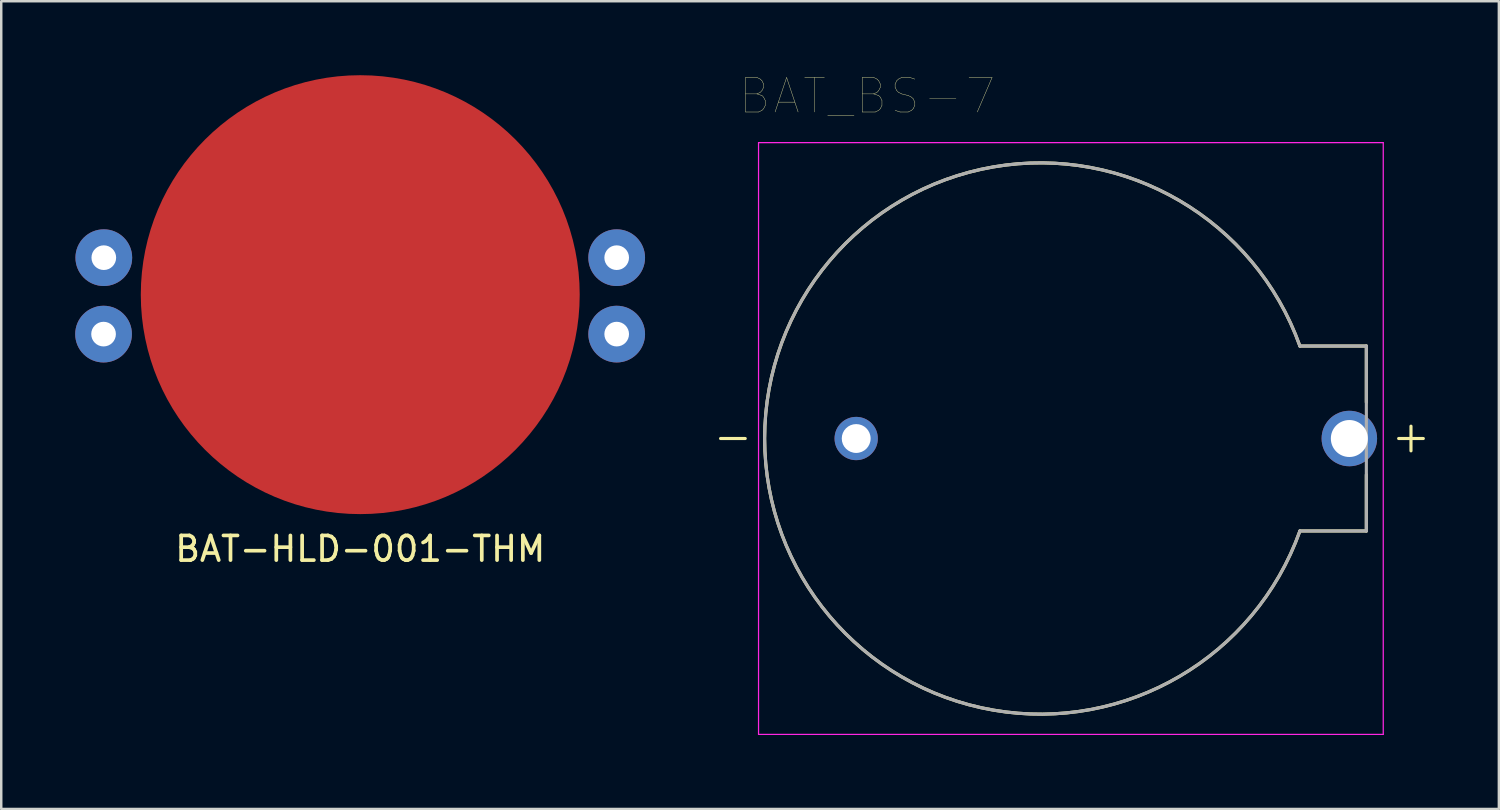
<source format=kicad_pcb>
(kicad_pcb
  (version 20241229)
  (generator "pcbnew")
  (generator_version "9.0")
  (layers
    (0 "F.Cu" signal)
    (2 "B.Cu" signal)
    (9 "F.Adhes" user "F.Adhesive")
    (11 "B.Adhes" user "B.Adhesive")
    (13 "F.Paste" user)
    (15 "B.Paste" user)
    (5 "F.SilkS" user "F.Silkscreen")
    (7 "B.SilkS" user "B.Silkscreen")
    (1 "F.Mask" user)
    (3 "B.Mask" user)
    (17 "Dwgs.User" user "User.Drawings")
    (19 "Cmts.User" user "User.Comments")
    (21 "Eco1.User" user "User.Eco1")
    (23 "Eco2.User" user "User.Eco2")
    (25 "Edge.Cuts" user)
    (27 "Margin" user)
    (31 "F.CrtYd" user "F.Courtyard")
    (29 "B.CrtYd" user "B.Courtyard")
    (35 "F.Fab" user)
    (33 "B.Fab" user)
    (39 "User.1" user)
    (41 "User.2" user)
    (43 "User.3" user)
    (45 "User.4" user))
  (footprint "BAT_BS-7"
    (layer "F.Cu")
    (at 41.673 14.734)
    (property "Reference" "BAT_BS-7" (at -9.555 -13.889 0) (layer "F.SilkS") (effects (font (size 1.4 1.4) (thickness 0.015))))
    (attr through_hole)
    (fp_line (start -15.5 0) (end -14.5 0) (stroke (width 0.127) (type solid)) (layer "F.SilkS"))
    (fp_line (start 10.69 -3.75) (end 7.995 -3.75) (stroke (width 0.127) (type solid)) (layer "F.SilkS"))
    (fp_line (start 10.69 -3.75) (end 10.69 -1.47) (stroke (width 0.127) (type solid)) (layer "F.SilkS"))
    (fp_line (start 10.69 3.75) (end 7.995 3.75) (stroke (width 0.127) (type solid)) (layer "F.SilkS"))
    (fp_line (start 10.69 3.75) (end 10.69 1.47) (stroke (width 0.127) (type solid)) (layer "F.SilkS"))
    (fp_line (start 12 0) (end 13 0) (stroke (width 0.127) (type solid)) (layer "F.SilkS"))
    (fp_line (start 12.5 -0.5) (end 12.5 0.5) (stroke (width 0.127) (type solid)) (layer "F.SilkS"))
    (fp_arc (start 7.995 3.75) (mid -13.712925 0) (end 7.995 -3.75) (stroke (width 0.127) (type solid)) (layer "F.SilkS"))
    (fp_line (start -13.96 -12) (end 11.375 -12) (stroke (width 0.05) (type solid)) (layer "F.CrtYd"))
    (fp_line (start -13.96 12) (end -13.96 -12) (stroke (width 0.05) (type solid)) (layer "F.CrtYd"))
    (fp_line (start 11.375 -12) (end 11.375 12) (stroke (width 0.05) (type solid)) (layer "F.CrtYd"))
    (fp_line (start 11.375 12) (end -13.96 12) (stroke (width 0.05) (type solid)) (layer "F.CrtYd"))
    (fp_line (start 10.69 -3.75) (end 7.995 -3.75) (stroke (width 0.127) (type solid)) (layer "F.Fab"))
    (fp_line (start 10.69 -3.75) (end 10.69 3.75) (stroke (width 0.127) (type solid)) (layer "F.Fab"))
    (fp_line (start 10.69 3.75) (end 7.995 3.75) (stroke (width 0.127) (type solid)) (layer "F.Fab"))
    (fp_arc (start 7.995 3.75) (mid -13.712925 0) (end 7.995 -3.75) (stroke (width 0.127) (type solid)) (layer "F.Fab"))
    (pad "+" thru_hole circle (at 10 0) (size 2.25 2.25) (drill 1.5) (layers "*.Cu" "*.Mask"))
    (pad "-" thru_hole circle (at -10 0) (size 1.755 1.755) (drill 1.17) (layers "*.Cu" "*.Mask")))
  (footprint "BAT-HLD-001-THM"
    (layer "F.Cu")
    (at 11.56 8.9)
    (property "Reference" "BAT-HLD-001-THM" (at 0 10.31 0) (layer "F.SilkS") (effects (font (size 1 1) (thickness 0.15))))
    (attr through_hole)
    (pad "1" thru_hole circle (at -10.41 1.6) (size 2.3 2.3) (drill 1) (layers "*.Cu" "*.Mask"))
    (pad "1" thru_hole circle (at -10.4 -1.5) (size 2.3 2.3) (drill 1) (layers "*.Cu" "*.Mask"))
    (pad "1" thru_hole circle (at 10.4 -1.5) (size 2.3 2.3) (drill 1) (layers "*.Cu" "*.Mask"))
    (pad "1" thru_hole circle (at 10.4 1.6) (size 2.3 2.3) (drill 1) (layers "*.Cu" "*.Mask"))
    (pad "2" smd circle (at 0 0) (size 17.8 17.8) (layers "F.Cu" "F.Mask" "F.Paste")))
  (gr_rect
    (start -3 -3)
    (end 57.737 29.759)
    (stroke (width 0.1) (type default))
    (fill no)
    (layer "Edge.Cuts")))
</source>
